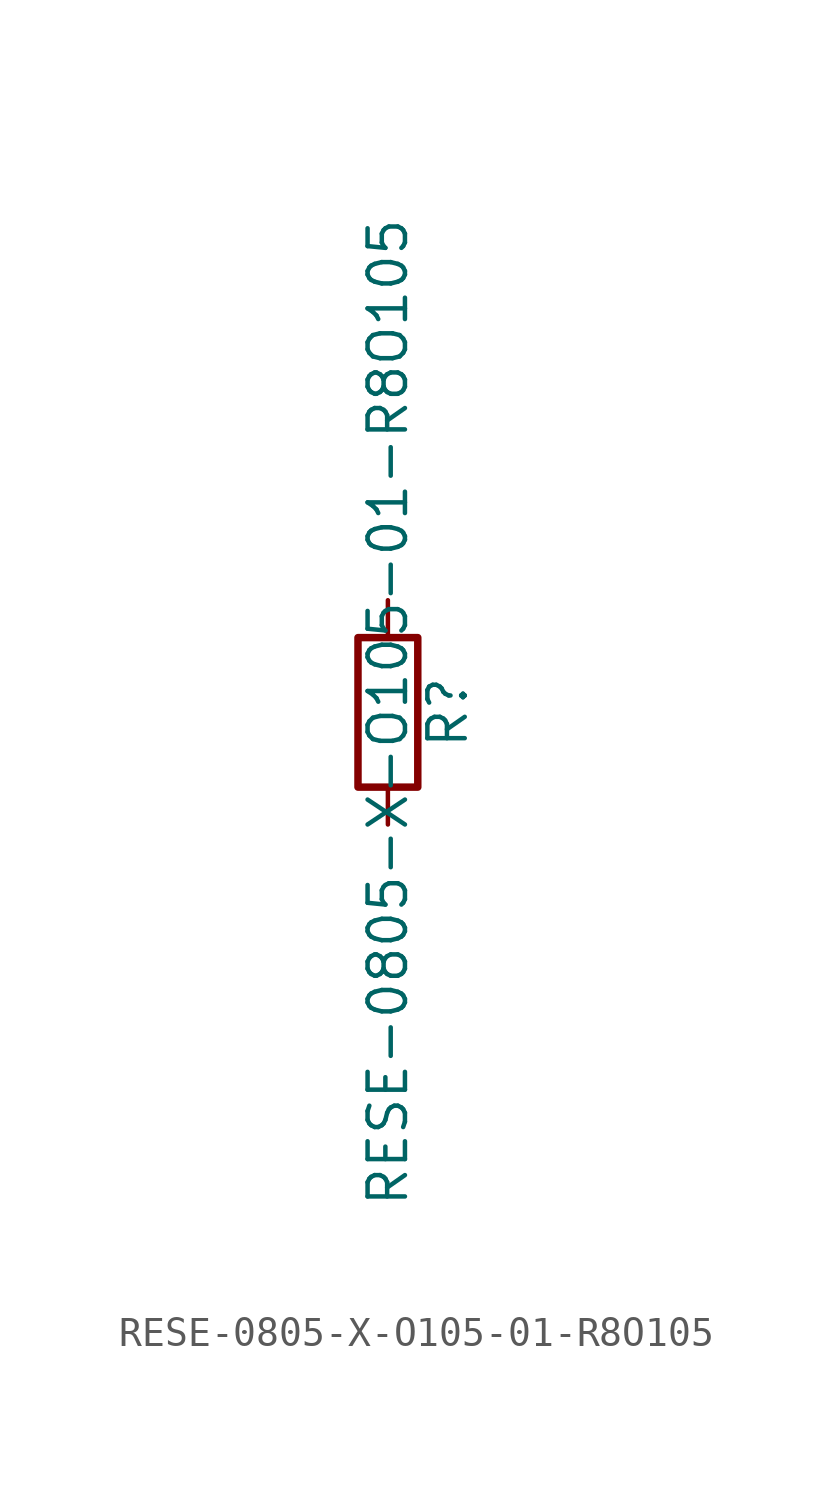
<source format=kicad_sym>
(kicad_symbol_lib
  (version 20211014)
  (generator kicad_symbol_editor)
  (symbol "RESE-0805-X-O105-01-R8O105"
    (pin_numbers hide)
    (pin_names
      (offset 0))
    (property "Reference" "R"
      (at 2.032 0 90)
      (effects (font (size 1.27 1.27))))
    (property "Value" "RESE-0805-X-O105-01-R8O105"
      (at 0 0 90)
      (effects (font (size 1.27 1.27))))
    (symbol "RESE-0805-X-O105-01-R8O105_0_1"
      (rectangle (start -1.016 -2.54) (end 1.016 2.54) (stroke (width 0.254) (type default) (color 0 0 0 0)) (fill (type none))))
    (symbol "RESE-0805-X-O105-01-R8O105_1_1"
      (pin passive line (at 0 3.81 270) (length 1.27) (name "~" (effects (font (size 1.27 1.27)))) (number "1" (effects (font (size 1.27 1.27)))))
      (pin passive line (at 0 -3.81 90) (length 1.27) (name "~" (effects (font (size 1.27 1.27)))) (number "2" (effects (font (size 1.27 1.27))))))))
</source>
